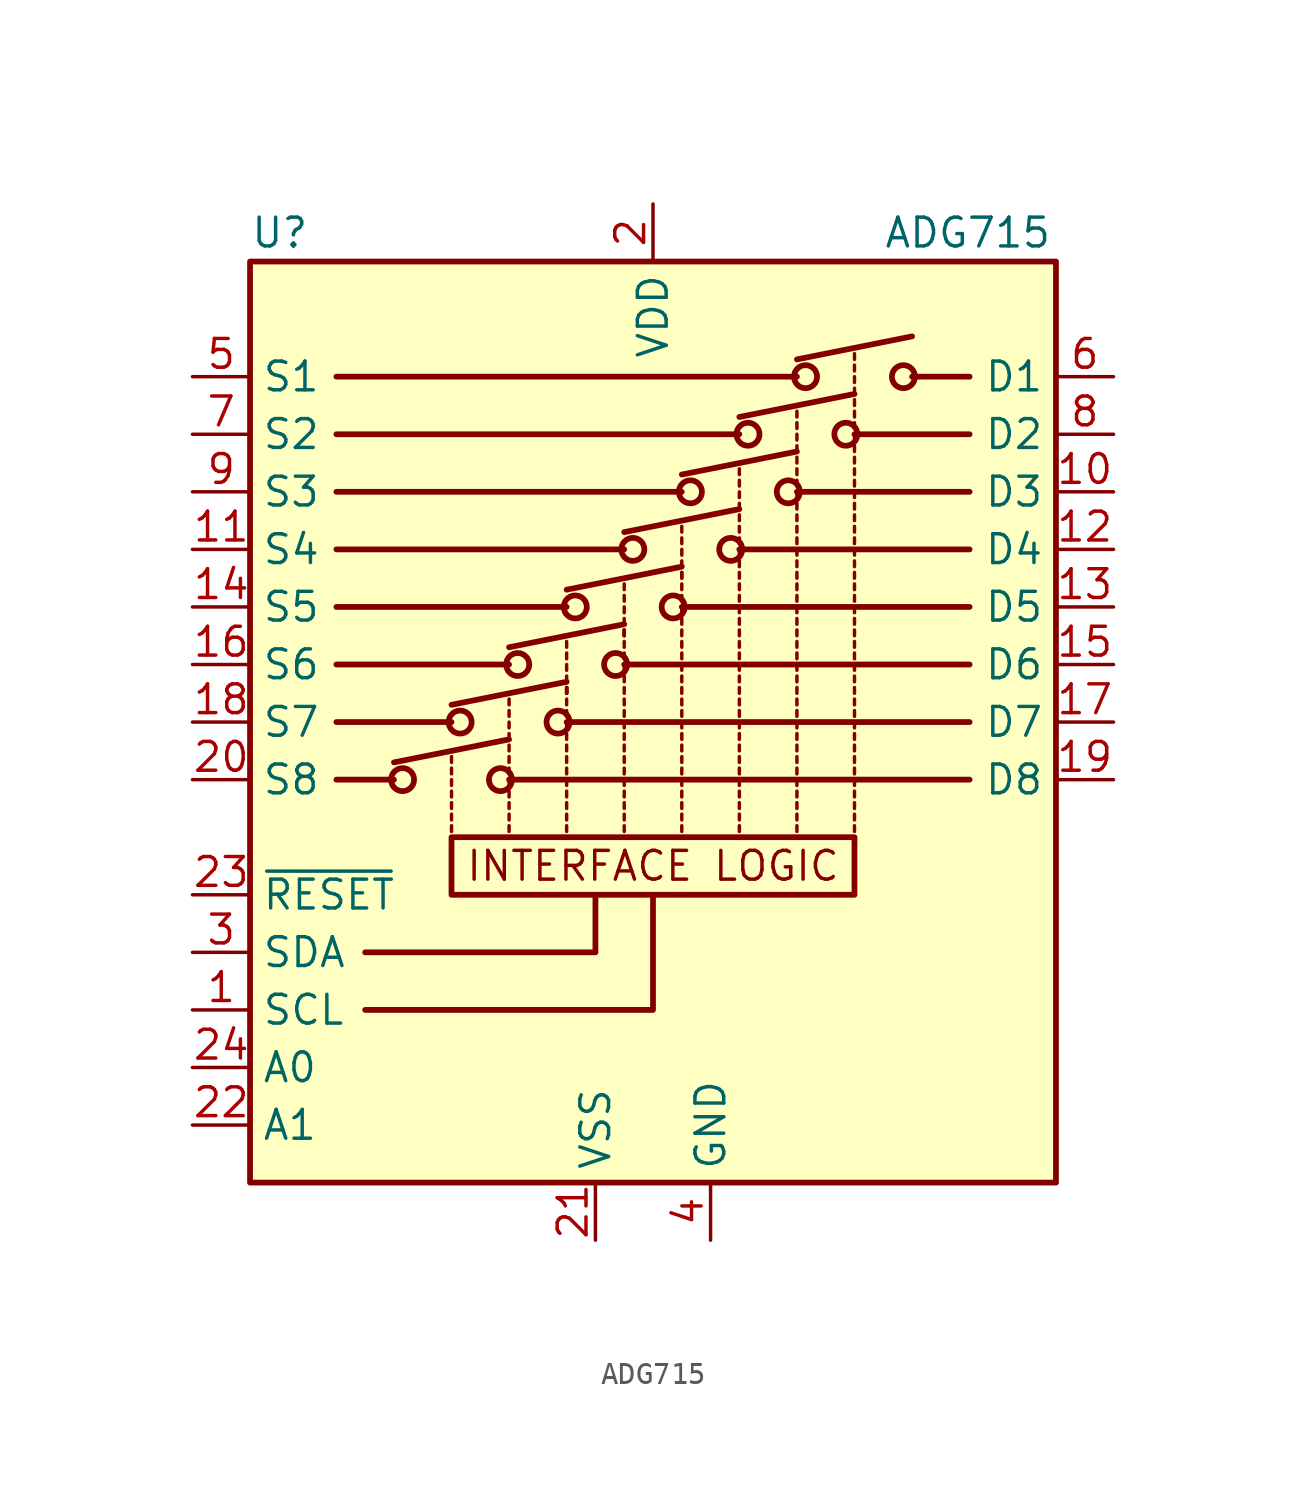
<source format=kicad_sym>
(kicad_symbol_lib
  (version 20201005)
  (generator kicad_symbol_editor)
  (symbol "ADG715"
    (property "Reference" "U"
      (at -17.78 24.13 0)
      (effects (font (size 1.27 1.27)) (justify left)))
    (property "Value" "ADG715"
      (at 10.16 24.13 0)
      (effects (font (size 1.27 1.27)) (justify left)))
    (symbol "ADG715_0_0"
      (text "INTERFACE LOGIC" (at 0 -3.81 0) (effects (font (size 1.27 1.27))))
      (polyline (pts (xy -12.7 -7.62) (xy -2.54 -7.62) (xy -2.54 -5.08)) (stroke (width 0.254)) (fill (type none)))
      (polyline (pts (xy -12.7 -10.16) (xy 0 -10.16) (xy 0 -7.62) (xy 0 -5.08)) (stroke (width 0.254)) (fill (type none))))
    (symbol "ADG715_0_1"
      (rectangle (start -17.78 -17.78) (end 17.78 22.86) (stroke (width 0.254)) (fill (type background)))
      (rectangle (start -8.89 -2.54) (end 8.89 -5.08) (stroke (width 0.254)) (fill (type none)))
      (polyline (pts (xy -11.43 0) (xy -13.97 0)) (stroke (width 0.254)) (fill (type none)))
      (polyline (pts (xy -8.89 2.54) (xy -13.97 2.54)) (stroke (width 0.254)) (fill (type none)))
      (polyline (pts (xy -6.35 0) (xy 13.97 0)) (stroke (width 0.254)) (fill (type none)))
      (polyline (pts (xy -6.35 5.08) (xy -13.97 5.08)) (stroke (width 0.254)) (fill (type none)))
      (polyline (pts (xy -3.81 2.54) (xy 13.97 2.54)) (stroke (width 0.254)) (fill (type none)))
      (polyline (pts (xy -3.81 7.62) (xy -13.97 7.62)) (stroke (width 0.254)) (fill (type none)))
      (polyline (pts (xy -1.27 5.08) (xy 13.97 5.08)) (stroke (width 0.254)) (fill (type none)))
      (polyline (pts (xy -1.27 10.16) (xy -13.97 10.16)) (stroke (width 0.254)) (fill (type none)))
      (polyline (pts (xy 1.27 7.62) (xy 13.97 7.62)) (stroke (width 0.254)) (fill (type none)))
      (polyline (pts (xy 1.27 12.7) (xy -13.97 12.7)) (stroke (width 0.254)) (fill (type none)))
      (polyline (pts (xy 3.81 10.16) (xy 13.97 10.16)) (stroke (width 0.254)) (fill (type none)))
      (polyline (pts (xy 3.81 15.24) (xy -13.97 15.24)) (stroke (width 0.254)) (fill (type none)))
      (polyline (pts (xy 6.35 12.7) (xy 13.97 12.7)) (stroke (width 0.254)) (fill (type none)))
      (polyline (pts (xy 6.35 17.78) (xy -13.97 17.78)) (stroke (width 0.254)) (fill (type none)))
      (polyline (pts (xy 8.89 15.24) (xy 13.97 15.24)) (stroke (width 0.254)) (fill (type none)))
      (polyline (pts (xy 11.43 17.78) (xy 13.97 17.78)) (stroke (width 0.254)) (fill (type none))))
    (symbol "ADG715_1_1"
      (circle (center -11.049 0) (radius 0.508) (stroke (width 0.254)) (fill (type none)))
      (circle (center -8.509 2.54) (radius 0.508) (stroke (width 0.254)) (fill (type none)))
      (circle (center -6.731 0) (radius 0.508) (stroke (width 0.254)) (fill (type none)))
      (circle (center -5.969 5.08) (radius 0.508) (stroke (width 0.254)) (fill (type none)))
      (circle (center -4.191 2.54) (radius 0.508) (stroke (width 0.254)) (fill (type none)))
      (circle (center -3.429 7.62) (radius 0.508) (stroke (width 0.254)) (fill (type none)))
      (circle (center -1.651 5.08) (radius 0.508) (stroke (width 0.254)) (fill (type none)))
      (circle (center -0.889 10.16) (radius 0.508) (stroke (width 0.254)) (fill (type none)))
      (circle (center 0.889 7.62) (radius 0.508) (stroke (width 0.254)) (fill (type none)))
      (circle (center 1.651 12.7) (radius 0.508) (stroke (width 0.254)) (fill (type none)))
      (circle (center 3.429 10.16) (radius 0.508) (stroke (width 0.254)) (fill (type none)))
      (circle (center 4.191 15.24) (radius 0.508) (stroke (width 0.254)) (fill (type none)))
      (circle (center 5.969 12.7) (radius 0.508) (stroke (width 0.254)) (fill (type none)))
      (circle (center 6.731 17.78) (radius 0.508) (stroke (width 0.254)) (fill (type none)))
      (circle (center 8.509 15.24) (radius 0.508) (stroke (width 0.254)) (fill (type none)))
      (circle (center 11.049 17.78) (radius 0.508) (stroke (width 0.254)) (fill (type none)))
      (polyline (pts (xy -11.43 0.762) (xy -6.35 1.778)) (stroke (width 0.254)) (fill (type none)))
      (polyline (pts (xy -8.89 -2.286) (xy -8.89 -2.032)) (stroke (width 0)) (fill (type none)))
      (polyline (pts (xy -8.89 -1.778) (xy -8.89 -1.524)) (stroke (width 0)) (fill (type none)))
      (polyline (pts (xy -8.89 -1.27) (xy -8.89 -1.016)) (stroke (width 0)) (fill (type none)))
      (polyline (pts (xy -8.89 -0.762) (xy -8.89 -0.508)) (stroke (width 0)) (fill (type none)))
      (polyline (pts (xy -8.89 -0.254) (xy -8.89 0)) (stroke (width 0)) (fill (type none)))
      (polyline (pts (xy -8.89 0.254) (xy -8.89 0.508)) (stroke (width 0)) (fill (type none)))
      (polyline (pts (xy -8.89 0.762) (xy -8.89 1.016)) (stroke (width 0)) (fill (type none)))
      (polyline (pts (xy -8.89 3.302) (xy -3.81 4.318)) (stroke (width 0.254)) (fill (type none)))
      (polyline (pts (xy -6.35 -2.286) (xy -6.35 -2.032)) (stroke (width 0)) (fill (type none)))
      (polyline (pts (xy -6.35 -1.778) (xy -6.35 -1.524)) (stroke (width 0)) (fill (type none)))
      (polyline (pts (xy -6.35 -1.27) (xy -6.35 -1.016)) (stroke (width 0)) (fill (type none)))
      (polyline (pts (xy -6.35 -0.762) (xy -6.35 -0.508)) (stroke (width 0)) (fill (type none)))
      (polyline (pts (xy -6.35 -0.254) (xy -6.35 0)) (stroke (width 0)) (fill (type none)))
      (polyline (pts (xy -6.35 0.254) (xy -6.35 0.508)) (stroke (width 0)) (fill (type none)))
      (polyline (pts (xy -6.35 0.762) (xy -6.35 1.016)) (stroke (width 0)) (fill (type none)))
      (polyline (pts (xy -6.35 1.27) (xy -6.35 1.524)) (stroke (width 0)) (fill (type none)))
      (polyline (pts (xy -6.35 1.778) (xy -6.35 2.032)) (stroke (width 0)) (fill (type none)))
      (polyline (pts (xy -6.35 2.286) (xy -6.35 2.54)) (stroke (width 0)) (fill (type none)))
      (polyline (pts (xy -6.35 2.794) (xy -6.35 3.048)) (stroke (width 0)) (fill (type none)))
      (polyline (pts (xy -6.35 3.302) (xy -6.35 3.556)) (stroke (width 0)) (fill (type none)))
      (polyline (pts (xy -6.35 5.842) (xy -1.27 6.858)) (stroke (width 0.254)) (fill (type none)))
      (polyline (pts (xy -3.81 -2.286) (xy -3.81 -2.032)) (stroke (width 0)) (fill (type none)))
      (polyline (pts (xy -3.81 -1.778) (xy -3.81 -1.524)) (stroke (width 0)) (fill (type none)))
      (polyline (pts (xy -3.81 -1.27) (xy -3.81 -1.016)) (stroke (width 0)) (fill (type none)))
      (polyline (pts (xy -3.81 -0.762) (xy -3.81 -0.508)) (stroke (width 0)) (fill (type none)))
      (polyline (pts (xy -3.81 -0.254) (xy -3.81 0)) (stroke (width 0)) (fill (type none)))
      (polyline (pts (xy -3.81 0.254) (xy -3.81 0.508)) (stroke (width 0)) (fill (type none)))
      (polyline (pts (xy -3.81 0.762) (xy -3.81 1.016)) (stroke (width 0)) (fill (type none)))
      (polyline (pts (xy -3.81 1.27) (xy -3.81 1.524)) (stroke (width 0)) (fill (type none)))
      (polyline (pts (xy -3.81 1.778) (xy -3.81 2.032)) (stroke (width 0)) (fill (type none)))
      (polyline (pts (xy -3.81 2.286) (xy -3.81 2.54)) (stroke (width 0)) (fill (type none)))
      (polyline (pts (xy -3.81 2.794) (xy -3.81 3.048)) (stroke (width 0)) (fill (type none)))
      (polyline (pts (xy -3.81 3.302) (xy -3.81 3.556)) (stroke (width 0)) (fill (type none)))
      (polyline (pts (xy -3.81 3.81) (xy -3.81 4.064)) (stroke (width 0)) (fill (type none)))
      (polyline (pts (xy -3.81 3.81) (xy -3.81 4.064)) (stroke (width 0)) (fill (type none)))
      (polyline (pts (xy -3.81 3.81) (xy -3.81 4.064)) (stroke (width 0)) (fill (type none)))
      (polyline (pts (xy -3.81 3.81) (xy -3.81 4.064)) (stroke (width 0)) (fill (type none)))
      (polyline (pts (xy -3.81 4.318) (xy -3.81 4.572)) (stroke (width 0)) (fill (type none)))
      (polyline (pts (xy -3.81 4.826) (xy -3.81 5.08)) (stroke (width 0)) (fill (type none)))
      (polyline (pts (xy -3.81 5.334) (xy -3.81 5.588)) (stroke (width 0)) (fill (type none)))
      (polyline (pts (xy -3.81 5.842) (xy -3.81 6.096)) (stroke (width 0)) (fill (type none)))
      (polyline (pts (xy -3.81 8.382) (xy 1.27 9.398)) (stroke (width 0.254)) (fill (type none)))
      (polyline (pts (xy -1.27 -2.286) (xy -1.27 -2.032)) (stroke (width 0)) (fill (type none)))
      (polyline (pts (xy -1.27 -1.778) (xy -1.27 -1.524)) (stroke (width 0)) (fill (type none)))
      (polyline (pts (xy -1.27 -1.27) (xy -1.27 -1.016)) (stroke (width 0)) (fill (type none)))
      (polyline (pts (xy -1.27 -0.762) (xy -1.27 -0.508)) (stroke (width 0)) (fill (type none)))
      (polyline (pts (xy -1.27 -0.254) (xy -1.27 0)) (stroke (width 0)) (fill (type none)))
      (polyline (pts (xy -1.27 0.254) (xy -1.27 0.508)) (stroke (width 0)) (fill (type none)))
      (polyline (pts (xy -1.27 0.762) (xy -1.27 1.016)) (stroke (width 0)) (fill (type none)))
      (polyline (pts (xy -1.27 1.27) (xy -1.27 1.524)) (stroke (width 0)) (fill (type none)))
      (polyline (pts (xy -1.27 1.778) (xy -1.27 2.032)) (stroke (width 0)) (fill (type none)))
      (polyline (pts (xy -1.27 2.286) (xy -1.27 2.54)) (stroke (width 0)) (fill (type none)))
      (polyline (pts (xy -1.27 2.794) (xy -1.27 3.048)) (stroke (width 0)) (fill (type none)))
      (polyline (pts (xy -1.27 3.302) (xy -1.27 3.556)) (stroke (width 0)) (fill (type none)))
      (polyline (pts (xy -1.27 3.81) (xy -1.27 4.064)) (stroke (width 0)) (fill (type none)))
      (polyline (pts (xy -1.27 4.318) (xy -1.27 4.572)) (stroke (width 0)) (fill (type none)))
      (polyline (pts (xy -1.27 4.826) (xy -1.27 5.08)) (stroke (width 0)) (fill (type none)))
      (polyline (pts (xy -1.27 5.334) (xy -1.27 5.588)) (stroke (width 0)) (fill (type none)))
      (polyline (pts (xy -1.27 5.842) (xy -1.27 6.096)) (stroke (width 0)) (fill (type none)))
      (polyline (pts (xy -1.27 6.35) (xy -1.27 6.604)) (stroke (width 0)) (fill (type none)))
      (polyline (pts (xy -1.27 6.35) (xy -1.27 6.604)) (stroke (width 0)) (fill (type none)))
      (polyline (pts (xy -1.27 6.35) (xy -1.27 6.604)) (stroke (width 0)) (fill (type none)))
      (polyline (pts (xy -1.27 6.858) (xy -1.27 7.112)) (stroke (width 0)) (fill (type none)))
      (polyline (pts (xy -1.27 7.366) (xy -1.27 7.62)) (stroke (width 0)) (fill (type none)))
      (polyline (pts (xy -1.27 7.874) (xy -1.27 8.128)) (stroke (width 0)) (fill (type none)))
      (polyline (pts (xy -1.27 8.382) (xy -1.27 8.636)) (stroke (width 0)) (fill (type none)))
      (polyline (pts (xy -1.27 10.922) (xy 3.81 11.938)) (stroke (width 0.254)) (fill (type none)))
      (polyline (pts (xy 1.27 -2.286) (xy 1.27 -2.032)) (stroke (width 0)) (fill (type none)))
      (polyline (pts (xy 1.27 -1.778) (xy 1.27 -1.524)) (stroke (width 0)) (fill (type none)))
      (polyline (pts (xy 1.27 -1.27) (xy 1.27 -1.016)) (stroke (width 0)) (fill (type none)))
      (polyline (pts (xy 1.27 -0.762) (xy 1.27 -0.508)) (stroke (width 0)) (fill (type none)))
      (polyline (pts (xy 1.27 -0.254) (xy 1.27 0)) (stroke (width 0)) (fill (type none)))
      (polyline (pts (xy 1.27 0.254) (xy 1.27 0.508)) (stroke (width 0)) (fill (type none)))
      (polyline (pts (xy 1.27 0.762) (xy 1.27 1.016)) (stroke (width 0)) (fill (type none)))
      (polyline (pts (xy 1.27 1.27) (xy 1.27 1.524)) (stroke (width 0)) (fill (type none)))
      (polyline (pts (xy 1.27 1.778) (xy 1.27 2.032)) (stroke (width 0)) (fill (type none)))
      (polyline (pts (xy 1.27 2.286) (xy 1.27 2.54)) (stroke (width 0)) (fill (type none)))
      (polyline (pts (xy 1.27 2.794) (xy 1.27 3.048)) (stroke (width 0)) (fill (type none)))
      (polyline (pts (xy 1.27 3.302) (xy 1.27 3.556)) (stroke (width 0)) (fill (type none)))
      (polyline (pts (xy 1.27 3.81) (xy 1.27 4.064)) (stroke (width 0)) (fill (type none)))
      (polyline (pts (xy 1.27 4.318) (xy 1.27 4.572)) (stroke (width 0)) (fill (type none)))
      (polyline (pts (xy 1.27 4.826) (xy 1.27 5.08)) (stroke (width 0)) (fill (type none)))
      (polyline (pts (xy 1.27 5.334) (xy 1.27 5.588)) (stroke (width 0)) (fill (type none)))
      (polyline (pts (xy 1.27 5.842) (xy 1.27 6.096)) (stroke (width 0)) (fill (type none)))
      (polyline (pts (xy 1.27 6.35) (xy 1.27 6.604)) (stroke (width 0)) (fill (type none)))
      (polyline (pts (xy 1.27 6.858) (xy 1.27 7.112)) (stroke (width 0)) (fill (type none)))
      (polyline (pts (xy 1.27 7.366) (xy 1.27 7.62)) (stroke (width 0)) (fill (type none)))
      (polyline (pts (xy 1.27 7.874) (xy 1.27 8.128)) (stroke (width 0)) (fill (type none)))
      (polyline (pts (xy 1.27 8.382) (xy 1.27 8.636)) (stroke (width 0)) (fill (type none)))
      (polyline (pts (xy 1.27 8.89) (xy 1.27 9.144)) (stroke (width 0)) (fill (type none)))
      (polyline (pts (xy 1.27 8.89) (xy 1.27 9.144)) (stroke (width 0)) (fill (type none)))
      (polyline (pts (xy 1.27 9.398) (xy 1.27 9.652)) (stroke (width 0)) (fill (type none)))
      (polyline (pts (xy 1.27 9.906) (xy 1.27 10.16)) (stroke (width 0)) (fill (type none)))
      (polyline (pts (xy 1.27 10.414) (xy 1.27 10.668)) (stroke (width 0)) (fill (type none)))
      (polyline (pts (xy 1.27 10.922) (xy 1.27 11.176)) (stroke (width 0)) (fill (type none)))
      (polyline (pts (xy 1.27 13.462) (xy 6.35 14.478)) (stroke (width 0.254)) (fill (type none)))
      (polyline (pts (xy 3.81 -2.286) (xy 3.81 -2.032)) (stroke (width 0)) (fill (type none)))
      (polyline (pts (xy 3.81 -1.778) (xy 3.81 -1.524)) (stroke (width 0)) (fill (type none)))
      (polyline (pts (xy 3.81 -1.27) (xy 3.81 -1.016)) (stroke (width 0)) (fill (type none)))
      (polyline (pts (xy 3.81 -0.762) (xy 3.81 -0.508)) (stroke (width 0)) (fill (type none)))
      (polyline (pts (xy 3.81 -0.254) (xy 3.81 0)) (stroke (width 0)) (fill (type none)))
      (polyline (pts (xy 3.81 0.254) (xy 3.81 0.508)) (stroke (width 0)) (fill (type none)))
      (polyline (pts (xy 3.81 0.762) (xy 3.81 1.016)) (stroke (width 0)) (fill (type none)))
      (polyline (pts (xy 3.81 1.27) (xy 3.81 1.524)) (stroke (width 0)) (fill (type none)))
      (polyline (pts (xy 3.81 1.778) (xy 3.81 2.032)) (stroke (width 0)) (fill (type none)))
      (polyline (pts (xy 3.81 2.286) (xy 3.81 2.54)) (stroke (width 0)) (fill (type none)))
      (polyline (pts (xy 3.81 2.794) (xy 3.81 3.048)) (stroke (width 0)) (fill (type none)))
      (polyline (pts (xy 3.81 3.302) (xy 3.81 3.556)) (stroke (width 0)) (fill (type none)))
      (polyline (pts (xy 3.81 3.81) (xy 3.81 4.064)) (stroke (width 0)) (fill (type none)))
      (polyline (pts (xy 3.81 4.318) (xy 3.81 4.572)) (stroke (width 0)) (fill (type none)))
      (polyline (pts (xy 3.81 4.826) (xy 3.81 5.08)) (stroke (width 0)) (fill (type none)))
      (polyline (pts (xy 3.81 5.334) (xy 3.81 5.588)) (stroke (width 0)) (fill (type none)))
      (polyline (pts (xy 3.81 5.842) (xy 3.81 6.096)) (stroke (width 0)) (fill (type none)))
      (polyline (pts (xy 3.81 6.35) (xy 3.81 6.604)) (stroke (width 0)) (fill (type none)))
      (polyline (pts (xy 3.81 6.858) (xy 3.81 7.112)) (stroke (width 0)) (fill (type none)))
      (polyline (pts (xy 3.81 7.366) (xy 3.81 7.62)) (stroke (width 0)) (fill (type none)))
      (polyline (pts (xy 3.81 7.874) (xy 3.81 8.128)) (stroke (width 0)) (fill (type none)))
      (polyline (pts (xy 3.81 8.382) (xy 3.81 8.636)) (stroke (width 0)) (fill (type none)))
      (polyline (pts (xy 3.81 8.89) (xy 3.81 9.144)) (stroke (width 0)) (fill (type none)))
      (polyline (pts (xy 3.81 9.398) (xy 3.81 9.652)) (stroke (width 0)) (fill (type none)))
      (polyline (pts (xy 3.81 9.906) (xy 3.81 10.16)) (stroke (width 0)) (fill (type none)))
      (polyline (pts (xy 3.81 10.414) (xy 3.81 10.668)) (stroke (width 0)) (fill (type none)))
      (polyline (pts (xy 3.81 10.922) (xy 3.81 11.176)) (stroke (width 0)) (fill (type none)))
      (polyline (pts (xy 3.81 11.43) (xy 3.81 11.684)) (stroke (width 0)) (fill (type none)))
      (polyline (pts (xy 3.81 11.938) (xy 3.81 12.192)) (stroke (width 0)) (fill (type none)))
      (polyline (pts (xy 3.81 12.446) (xy 3.81 12.7)) (stroke (width 0)) (fill (type none)))
      (polyline (pts (xy 3.81 12.954) (xy 3.81 13.208)) (stroke (width 0)) (fill (type none)))
      (polyline (pts (xy 3.81 13.462) (xy 3.81 13.716)) (stroke (width 0)) (fill (type none)))
      (polyline (pts (xy 3.81 16.002) (xy 8.89 17.018)) (stroke (width 0.254)) (fill (type none)))
      (polyline (pts (xy 6.35 -2.286) (xy 6.35 -2.032)) (stroke (width 0)) (fill (type none)))
      (polyline (pts (xy 6.35 -1.778) (xy 6.35 -1.524)) (stroke (width 0)) (fill (type none)))
      (polyline (pts (xy 6.35 -1.27) (xy 6.35 -1.016)) (stroke (width 0)) (fill (type none)))
      (polyline (pts (xy 6.35 -0.762) (xy 6.35 -0.508)) (stroke (width 0)) (fill (type none)))
      (polyline (pts (xy 6.35 -0.254) (xy 6.35 0)) (stroke (width 0)) (fill (type none)))
      (polyline (pts (xy 6.35 0.254) (xy 6.35 0.508)) (stroke (width 0)) (fill (type none)))
      (polyline (pts (xy 6.35 0.762) (xy 6.35 1.016)) (stroke (width 0)) (fill (type none)))
      (polyline (pts (xy 6.35 1.27) (xy 6.35 1.524)) (stroke (width 0)) (fill (type none)))
      (polyline (pts (xy 6.35 1.778) (xy 6.35 2.032)) (stroke (width 0)) (fill (type none)))
      (polyline (pts (xy 6.35 2.286) (xy 6.35 2.54)) (stroke (width 0)) (fill (type none)))
      (polyline (pts (xy 6.35 2.794) (xy 6.35 3.048)) (stroke (width 0)) (fill (type none)))
      (polyline (pts (xy 6.35 3.302) (xy 6.35 3.556)) (stroke (width 0)) (fill (type none)))
      (polyline (pts (xy 6.35 3.81) (xy 6.35 4.064)) (stroke (width 0)) (fill (type none)))
      (polyline (pts (xy 6.35 4.318) (xy 6.35 4.572)) (stroke (width 0)) (fill (type none)))
      (polyline (pts (xy 6.35 4.826) (xy 6.35 5.08)) (stroke (width 0)) (fill (type none)))
      (polyline (pts (xy 6.35 5.334) (xy 6.35 5.588)) (stroke (width 0)) (fill (type none)))
      (polyline (pts (xy 6.35 5.842) (xy 6.35 6.096)) (stroke (width 0)) (fill (type none)))
      (polyline (pts (xy 6.35 6.35) (xy 6.35 6.604)) (stroke (width 0)) (fill (type none)))
      (polyline (pts (xy 6.35 6.858) (xy 6.35 7.112)) (stroke (width 0)) (fill (type none)))
      (polyline (pts (xy 6.35 7.366) (xy 6.35 7.62)) (stroke (width 0)) (fill (type none)))
      (polyline (pts (xy 6.35 7.874) (xy 6.35 8.128)) (stroke (width 0)) (fill (type none)))
      (polyline (pts (xy 6.35 8.382) (xy 6.35 8.636)) (stroke (width 0)) (fill (type none)))
      (polyline (pts (xy 6.35 8.89) (xy 6.35 9.144)) (stroke (width 0)) (fill (type none)))
      (polyline (pts (xy 6.35 9.398) (xy 6.35 9.652)) (stroke (width 0)) (fill (type none)))
      (polyline (pts (xy 6.35 9.906) (xy 6.35 10.16)) (stroke (width 0)) (fill (type none)))
      (polyline (pts (xy 6.35 10.414) (xy 6.35 10.668)) (stroke (width 0)) (fill (type none)))
      (polyline (pts (xy 6.35 10.922) (xy 6.35 11.176)) (stroke (width 0)) (fill (type none)))
      (polyline (pts (xy 6.35 11.43) (xy 6.35 11.684)) (stroke (width 0)) (fill (type none)))
      (polyline (pts (xy 6.35 11.938) (xy 6.35 12.192)) (stroke (width 0)) (fill (type none)))
      (polyline (pts (xy 6.35 12.446) (xy 6.35 12.7)) (stroke (width 0)) (fill (type none)))
      (polyline (pts (xy 6.35 12.954) (xy 6.35 13.208)) (stroke (width 0)) (fill (type none)))
      (polyline (pts (xy 6.35 13.462) (xy 6.35 13.716)) (stroke (width 0)) (fill (type none)))
      (polyline (pts (xy 6.35 13.97) (xy 6.35 14.224)) (stroke (width 0)) (fill (type none)))
      (polyline (pts (xy 6.35 14.478) (xy 6.35 14.732)) (stroke (width 0)) (fill (type none)))
      (polyline (pts (xy 6.35 14.986) (xy 6.35 15.24)) (stroke (width 0)) (fill (type none)))
      (polyline (pts (xy 6.35 15.494) (xy 6.35 15.748)) (stroke (width 0)) (fill (type none)))
      (polyline (pts (xy 6.35 16.002) (xy 6.35 16.256)) (stroke (width 0)) (fill (type none)))
      (polyline (pts (xy 6.35 18.542) (xy 11.43 19.558)) (stroke (width 0.254)) (fill (type none)))
      (polyline (pts (xy 8.89 -2.286) (xy 8.89 -2.032)) (stroke (width 0)) (fill (type none)))
      (polyline (pts (xy 8.89 -1.778) (xy 8.89 -1.524)) (stroke (width 0)) (fill (type none)))
      (polyline (pts (xy 8.89 -1.27) (xy 8.89 -1.016)) (stroke (width 0)) (fill (type none)))
      (polyline (pts (xy 8.89 -0.762) (xy 8.89 -0.508)) (stroke (width 0)) (fill (type none)))
      (polyline (pts (xy 8.89 -0.254) (xy 8.89 0)) (stroke (width 0)) (fill (type none)))
      (polyline (pts (xy 8.89 0.254) (xy 8.89 0.508)) (stroke (width 0)) (fill (type none)))
      (polyline (pts (xy 8.89 0.762) (xy 8.89 1.016)) (stroke (width 0)) (fill (type none)))
      (polyline (pts (xy 8.89 1.27) (xy 8.89 1.524)) (stroke (width 0)) (fill (type none)))
      (polyline (pts (xy 8.89 1.778) (xy 8.89 2.032)) (stroke (width 0)) (fill (type none)))
      (polyline (pts (xy 8.89 2.286) (xy 8.89 2.54)) (stroke (width 0)) (fill (type none)))
      (polyline (pts (xy 8.89 2.794) (xy 8.89 3.048)) (stroke (width 0)) (fill (type none)))
      (polyline (pts (xy 8.89 3.302) (xy 8.89 3.556)) (stroke (width 0)) (fill (type none)))
      (polyline (pts (xy 8.89 3.81) (xy 8.89 4.064)) (stroke (width 0)) (fill (type none)))
      (polyline (pts (xy 8.89 4.318) (xy 8.89 4.572)) (stroke (width 0)) (fill (type none)))
      (polyline (pts (xy 8.89 4.826) (xy 8.89 5.08)) (stroke (width 0)) (fill (type none)))
      (polyline (pts (xy 8.89 5.334) (xy 8.89 5.588)) (stroke (width 0)) (fill (type none)))
      (polyline (pts (xy 8.89 5.842) (xy 8.89 6.096)) (stroke (width 0)) (fill (type none)))
      (polyline (pts (xy 8.89 6.35) (xy 8.89 6.604)) (stroke (width 0)) (fill (type none)))
      (polyline (pts (xy 8.89 6.858) (xy 8.89 7.112)) (stroke (width 0)) (fill (type none)))
      (polyline (pts (xy 8.89 7.366) (xy 8.89 7.62)) (stroke (width 0)) (fill (type none)))
      (polyline (pts (xy 8.89 7.874) (xy 8.89 8.128)) (stroke (width 0)) (fill (type none)))
      (polyline (pts (xy 8.89 8.382) (xy 8.89 8.636)) (stroke (width 0)) (fill (type none)))
      (polyline (pts (xy 8.89 8.89) (xy 8.89 9.144)) (stroke (width 0)) (fill (type none)))
      (polyline (pts (xy 8.89 9.398) (xy 8.89 9.652)) (stroke (width 0)) (fill (type none)))
      (polyline (pts (xy 8.89 9.906) (xy 8.89 10.16)) (stroke (width 0)) (fill (type none)))
      (polyline (pts (xy 8.89 10.414) (xy 8.89 10.668)) (stroke (width 0)) (fill (type none)))
      (polyline (pts (xy 8.89 10.922) (xy 8.89 11.176)) (stroke (width 0)) (fill (type none)))
      (polyline (pts (xy 8.89 11.43) (xy 8.89 11.684)) (stroke (width 0)) (fill (type none)))
      (polyline (pts (xy 8.89 11.938) (xy 8.89 12.192)) (stroke (width 0)) (fill (type none)))
      (polyline (pts (xy 8.89 12.446) (xy 8.89 12.7)) (stroke (width 0)) (fill (type none)))
      (polyline (pts (xy 8.89 12.954) (xy 8.89 13.208)) (stroke (width 0)) (fill (type none)))
      (polyline (pts (xy 8.89 13.462) (xy 8.89 13.716)) (stroke (width 0)) (fill (type none)))
      (polyline (pts (xy 8.89 13.97) (xy 8.89 14.224)) (stroke (width 0)) (fill (type none)))
      (polyline (pts (xy 8.89 14.478) (xy 8.89 14.732)) (stroke (width 0)) (fill (type none)))
      (polyline (pts (xy 8.89 14.986) (xy 8.89 15.24)) (stroke (width 0)) (fill (type none)))
      (polyline (pts (xy 8.89 15.494) (xy 8.89 15.748)) (stroke (width 0)) (fill (type none)))
      (polyline (pts (xy 8.89 16.002) (xy 8.89 16.256)) (stroke (width 0)) (fill (type none)))
      (polyline (pts (xy 8.89 16.51) (xy 8.89 16.764)) (stroke (width 0)) (fill (type none)))
      (polyline (pts (xy 8.89 17.018) (xy 8.89 17.272)) (stroke (width 0)) (fill (type none)))
      (polyline (pts (xy 8.89 17.526) (xy 8.89 17.78)) (stroke (width 0)) (fill (type none)))
      (polyline (pts (xy 8.89 18.034) (xy 8.89 18.288)) (stroke (width 0)) (fill (type none)))
      (polyline (pts (xy 8.89 18.542) (xy 8.89 18.796)) (stroke (width 0)) (fill (type none)))
      (pin input line (at -20.32 -10.16 0) (length 2.54) (name "SCL" (effects (font (size 1.27 1.27)))) (number "1" (effects (font (size 1.27 1.27)))))
      (pin passive line (at 20.32 12.7 180) (length 2.54) (name "D3" (effects (font (size 1.27 1.27)))) (number "10" (effects (font (size 1.27 1.27)))))
      (pin passive line (at -20.32 10.16 0) (length 2.54) (name "S4" (effects (font (size 1.27 1.27)))) (number "11" (effects (font (size 1.27 1.27)))))
      (pin passive line (at 20.32 10.16 180) (length 2.54) (name "D4" (effects (font (size 1.27 1.27)))) (number "12" (effects (font (size 1.27 1.27)))))
      (pin passive line (at 20.32 7.62 180) (length 2.54) (name "D5" (effects (font (size 1.27 1.27)))) (number "13" (effects (font (size 1.27 1.27)))))
      (pin passive line (at -20.32 7.62 0) (length 2.54) (name "S5" (effects (font (size 1.27 1.27)))) (number "14" (effects (font (size 1.27 1.27)))))
      (pin passive line (at 20.32 5.08 180) (length 2.54) (name "D6" (effects (font (size 1.27 1.27)))) (number "15" (effects (font (size 1.27 1.27)))))
      (pin passive line (at -20.32 5.08 0) (length 2.54) (name "S6" (effects (font (size 1.27 1.27)))) (number "16" (effects (font (size 1.27 1.27)))))
      (pin passive line (at 20.32 2.54 180) (length 2.54) (name "D7" (effects (font (size 1.27 1.27)))) (number "17" (effects (font (size 1.27 1.27)))))
      (pin passive line (at -20.32 2.54 0) (length 2.54) (name "S7" (effects (font (size 1.27 1.27)))) (number "18" (effects (font (size 1.27 1.27)))))
      (pin passive line (at 20.32 0 180) (length 2.54) (name "D8" (effects (font (size 1.27 1.27)))) (number "19" (effects (font (size 1.27 1.27)))))
      (pin power_in line (at 0 25.4 270) (length 2.54) (name "VDD" (effects (font (size 1.27 1.27)))) (number "2" (effects (font (size 1.27 1.27)))))
      (pin passive line (at -20.32 0 0) (length 2.54) (name "S8" (effects (font (size 1.27 1.27)))) (number "20" (effects (font (size 1.27 1.27)))))
      (pin power_in line (at -2.54 -20.32 90) (length 2.54) (name "VSS" (effects (font (size 1.27 1.27)))) (number "21" (effects (font (size 1.27 1.27)))))
      (pin input line (at -20.32 -15.24 0) (length 2.54) (name "A1" (effects (font (size 1.27 1.27)))) (number "22" (effects (font (size 1.27 1.27)))))
      (pin input line (at -20.32 -5.08 0) (length 2.54) (name "~RESET" (effects (font (size 1.27 1.27)))) (number "23" (effects (font (size 1.27 1.27)))))
      (pin input line (at -20.32 -12.7 0) (length 2.54) (name "A0" (effects (font (size 1.27 1.27)))) (number "24" (effects (font (size 1.27 1.27)))))
      (pin bidirectional line (at -20.32 -7.62 0) (length 2.54) (name "SDA" (effects (font (size 1.27 1.27)))) (number "3" (effects (font (size 1.27 1.27)))))
      (pin power_in line (at 2.54 -20.32 90) (length 2.54) (name "GND" (effects (font (size 1.27 1.27)))) (number "4" (effects (font (size 1.27 1.27)))))
      (pin passive line (at -20.32 17.78 0) (length 2.54) (name "S1" (effects (font (size 1.27 1.27)))) (number "5" (effects (font (size 1.27 1.27)))))
      (pin passive line (at 20.32 17.78 180) (length 2.54) (name "D1" (effects (font (size 1.27 1.27)))) (number "6" (effects (font (size 1.27 1.27)))))
      (pin passive line (at -20.32 15.24 0) (length 2.54) (name "S2" (effects (font (size 1.27 1.27)))) (number "7" (effects (font (size 1.27 1.27)))))
      (pin passive line (at 20.32 15.24 180) (length 2.54) (name "D2" (effects (font (size 1.27 1.27)))) (number "8" (effects (font (size 1.27 1.27)))))
      (pin passive line (at -20.32 12.7 0) (length 2.54) (name "S3" (effects (font (size 1.27 1.27)))) (number "9" (effects (font (size 1.27 1.27))))))))
</source>
